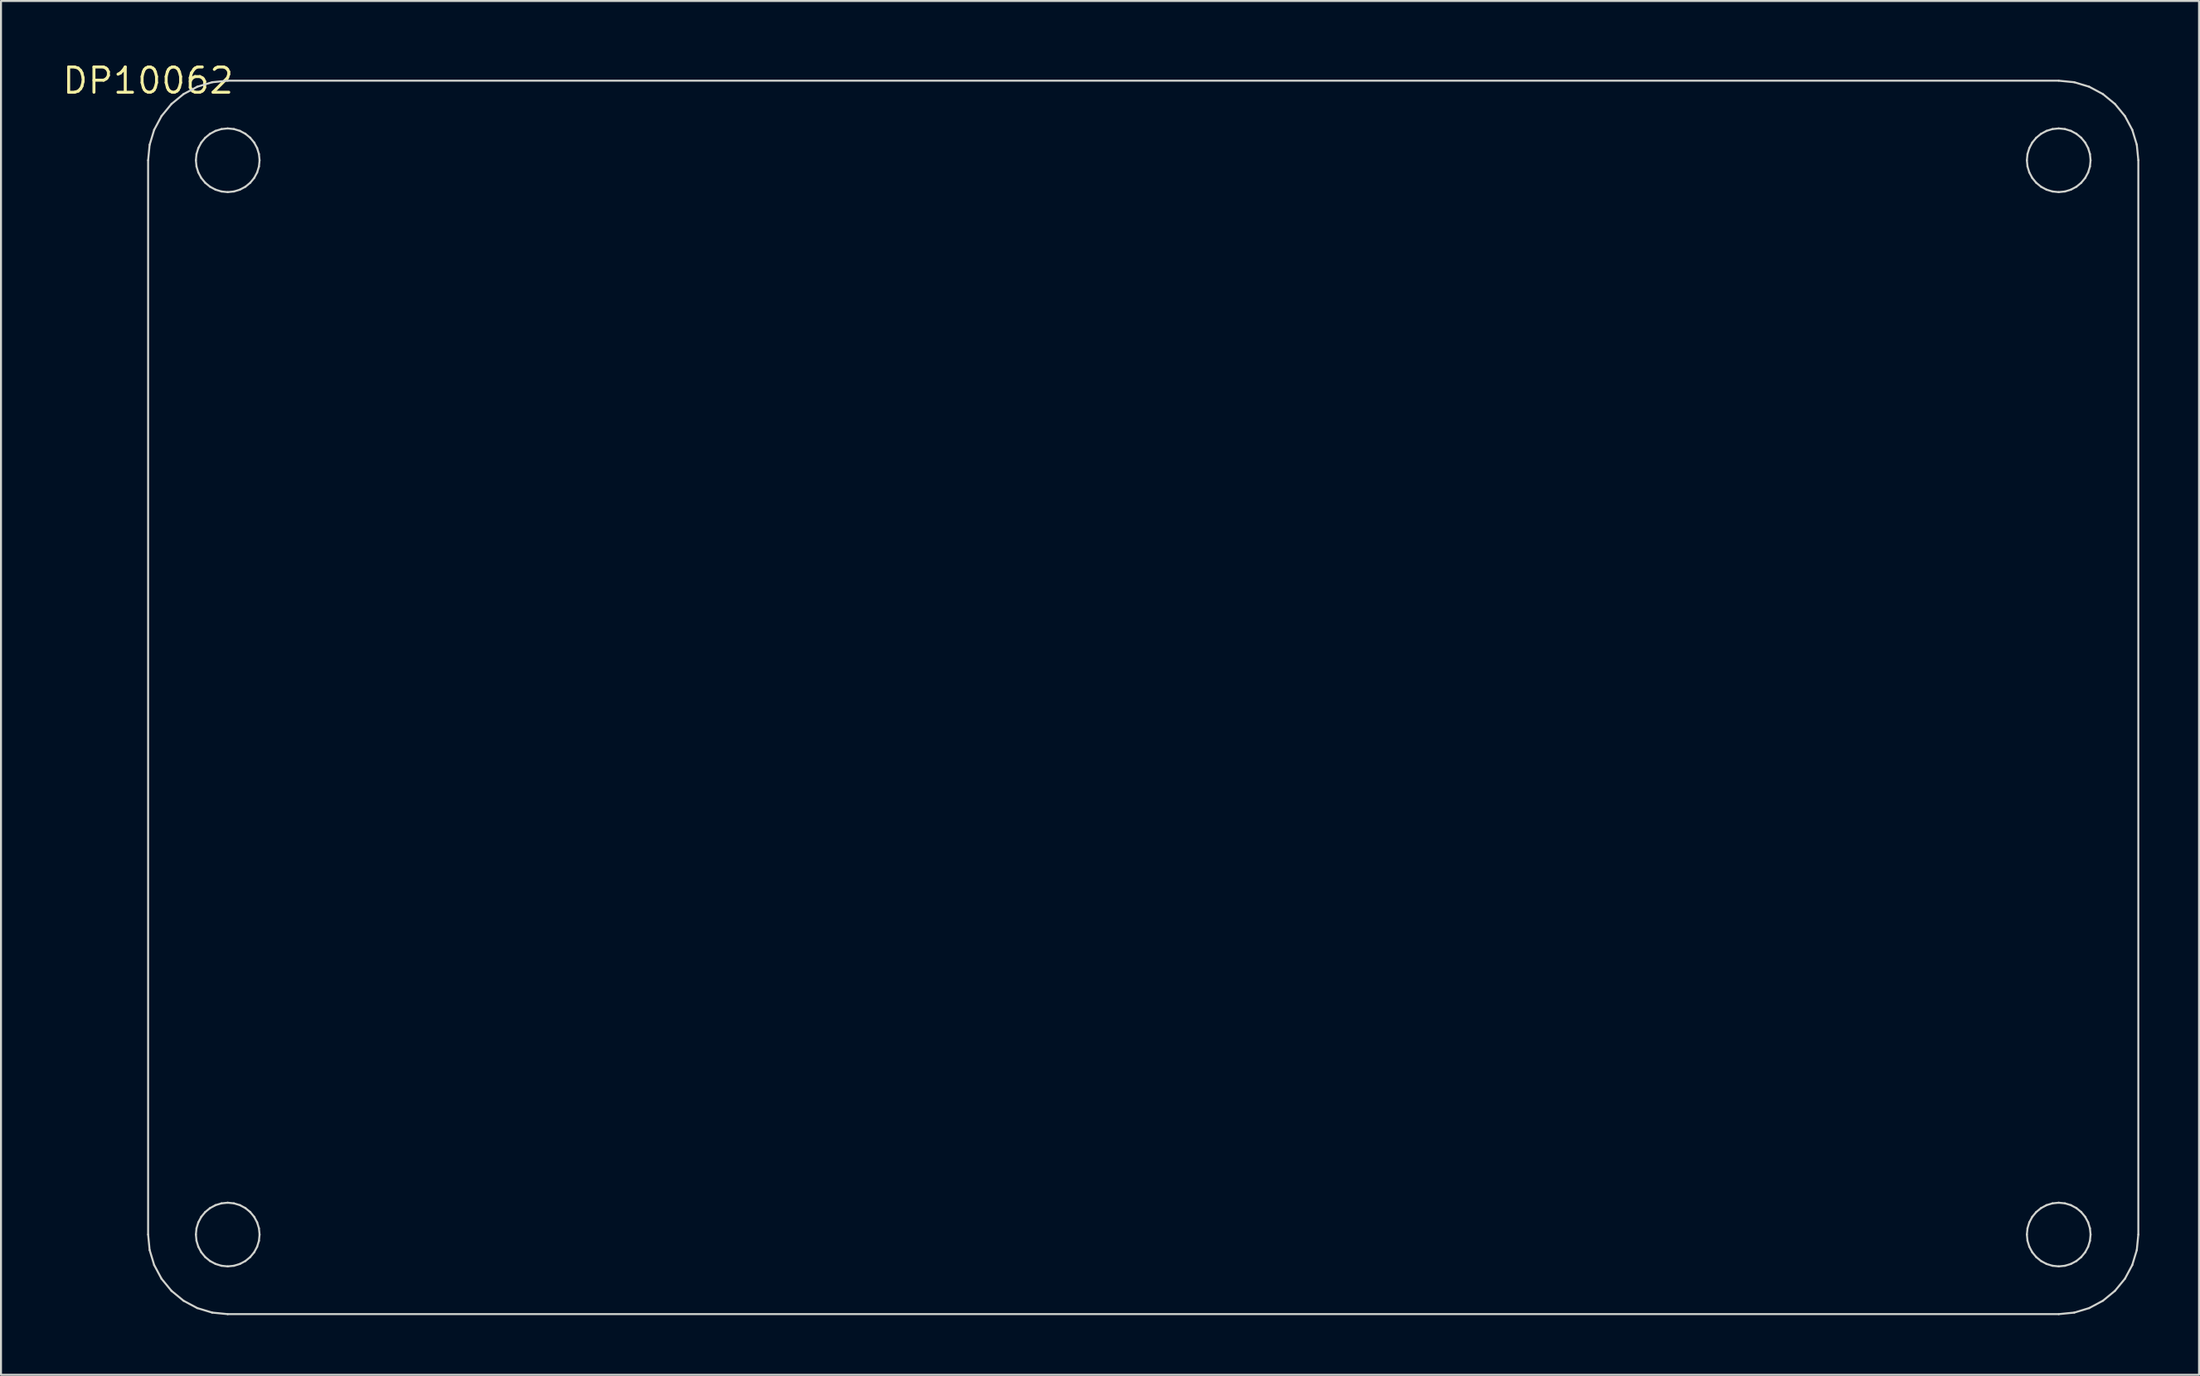
<source format=kicad_pcb>
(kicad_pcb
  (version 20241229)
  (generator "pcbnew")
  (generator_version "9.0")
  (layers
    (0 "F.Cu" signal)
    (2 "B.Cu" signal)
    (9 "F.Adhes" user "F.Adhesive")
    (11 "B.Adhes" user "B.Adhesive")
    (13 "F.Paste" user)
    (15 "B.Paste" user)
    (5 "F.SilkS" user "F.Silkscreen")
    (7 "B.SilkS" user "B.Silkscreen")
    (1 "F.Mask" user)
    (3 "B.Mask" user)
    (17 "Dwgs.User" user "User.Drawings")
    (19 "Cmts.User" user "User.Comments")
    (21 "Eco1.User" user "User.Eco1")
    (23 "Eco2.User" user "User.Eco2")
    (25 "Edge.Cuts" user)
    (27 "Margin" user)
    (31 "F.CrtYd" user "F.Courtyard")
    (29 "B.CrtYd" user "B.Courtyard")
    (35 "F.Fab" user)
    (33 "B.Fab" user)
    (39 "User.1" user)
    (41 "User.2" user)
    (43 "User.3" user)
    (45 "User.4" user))
  (footprint "DP10062"
    (layer "F.Cu")
    (at 4.392 1.006)
    (property "Reference" "DP10062" (at 0 0 0) (layer "F.SilkS") (effects (font (size 1.27 1.27) (thickness 0.15))))
    (attr through_hole)
    (fp_line (start 0 4) (end 0.077 3.22) (stroke (width 0.1) (type solid)) (layer "Edge.Cuts"))
    (fp_line (start 0 58) (end 0 4) (stroke (width 0.1) (type solid)) (layer "Edge.Cuts"))
    (fp_line (start 0.077 3.22) (end 0.304 2.469) (stroke (width 0.1) (type solid)) (layer "Edge.Cuts"))
    (fp_line (start 0.077 58.78) (end 0 58) (stroke (width 0.1) (type solid)) (layer "Edge.Cuts"))
    (fp_line (start 0.304 2.469) (end 0.674 1.778) (stroke (width 0.1) (type solid)) (layer "Edge.Cuts"))
    (fp_line (start 0.304 59.531) (end 0.077 58.78) (stroke (width 0.1) (type solid)) (layer "Edge.Cuts"))
    (fp_line (start 0.674 1.778) (end 1.172 1.172) (stroke (width 0.1) (type solid)) (layer "Edge.Cuts"))
    (fp_line (start 0.674 60.222) (end 0.304 59.531) (stroke (width 0.1) (type solid)) (layer "Edge.Cuts"))
    (fp_line (start 1.172 1.172) (end 1.778 0.674) (stroke (width 0.1) (type solid)) (layer "Edge.Cuts"))
    (fp_line (start 1.172 60.828) (end 0.674 60.222) (stroke (width 0.1) (type solid)) (layer "Edge.Cuts"))
    (fp_line (start 1.778 0.674) (end 2.469 0.304) (stroke (width 0.1) (type solid)) (layer "Edge.Cuts"))
    (fp_line (start 1.778 61.326) (end 1.172 60.828) (stroke (width 0.1) (type solid)) (layer "Edge.Cuts"))
    (fp_line (start 2.4 4) (end 2.431 4.312) (stroke (width 0.1) (type solid)) (layer "Edge.Cuts"))
    (fp_line (start 2.4 58) (end 2.431 58.312) (stroke (width 0.1) (type solid)) (layer "Edge.Cuts"))
    (fp_line (start 2.431 3.688) (end 2.4 4) (stroke (width 0.1) (type solid)) (layer "Edge.Cuts"))
    (fp_line (start 2.431 4.312) (end 2.522 4.612) (stroke (width 0.1) (type solid)) (layer "Edge.Cuts"))
    (fp_line (start 2.431 57.688) (end 2.4 58) (stroke (width 0.1) (type solid)) (layer "Edge.Cuts"))
    (fp_line (start 2.431 58.312) (end 2.522 58.612) (stroke (width 0.1) (type solid)) (layer "Edge.Cuts"))
    (fp_line (start 2.469 0.304) (end 3.22 0.077) (stroke (width 0.1) (type solid)) (layer "Edge.Cuts"))
    (fp_line (start 2.469 61.696) (end 1.778 61.326) (stroke (width 0.1) (type solid)) (layer "Edge.Cuts"))
    (fp_line (start 2.522 3.388) (end 2.431 3.688) (stroke (width 0.1) (type solid)) (layer "Edge.Cuts"))
    (fp_line (start 2.522 4.612) (end 2.67 4.889) (stroke (width 0.1) (type solid)) (layer "Edge.Cuts"))
    (fp_line (start 2.522 57.388) (end 2.431 57.688) (stroke (width 0.1) (type solid)) (layer "Edge.Cuts"))
    (fp_line (start 2.522 58.612) (end 2.67 58.889) (stroke (width 0.1) (type solid)) (layer "Edge.Cuts"))
    (fp_line (start 2.67 3.111) (end 2.522 3.388) (stroke (width 0.1) (type solid)) (layer "Edge.Cuts"))
    (fp_line (start 2.67 4.889) (end 2.869 5.131) (stroke (width 0.1) (type solid)) (layer "Edge.Cuts"))
    (fp_line (start 2.67 57.111) (end 2.522 57.388) (stroke (width 0.1) (type solid)) (layer "Edge.Cuts"))
    (fp_line (start 2.67 58.889) (end 2.869 59.131) (stroke (width 0.1) (type solid)) (layer "Edge.Cuts"))
    (fp_line (start 2.869 2.869) (end 2.67 3.111) (stroke (width 0.1) (type solid)) (layer "Edge.Cuts"))
    (fp_line (start 2.869 5.131) (end 3.111 5.33) (stroke (width 0.1) (type solid)) (layer "Edge.Cuts"))
    (fp_line (start 2.869 56.869) (end 2.67 57.111) (stroke (width 0.1) (type solid)) (layer "Edge.Cuts"))
    (fp_line (start 2.869 59.131) (end 3.111 59.33) (stroke (width 0.1) (type solid)) (layer "Edge.Cuts"))
    (fp_line (start 3.111 2.67) (end 2.869 2.869) (stroke (width 0.1) (type solid)) (layer "Edge.Cuts"))
    (fp_line (start 3.111 5.33) (end 3.388 5.478) (stroke (width 0.1) (type solid)) (layer "Edge.Cuts"))
    (fp_line (start 3.111 56.67) (end 2.869 56.869) (stroke (width 0.1) (type solid)) (layer "Edge.Cuts"))
    (fp_line (start 3.111 59.33) (end 3.388 59.478) (stroke (width 0.1) (type solid)) (layer "Edge.Cuts"))
    (fp_line (start 3.22 0.077) (end 4 0) (stroke (width 0.1) (type solid)) (layer "Edge.Cuts"))
    (fp_line (start 3.22 61.923) (end 2.469 61.696) (stroke (width 0.1) (type solid)) (layer "Edge.Cuts"))
    (fp_line (start 3.388 2.522) (end 3.111 2.67) (stroke (width 0.1) (type solid)) (layer "Edge.Cuts"))
    (fp_line (start 3.388 5.478) (end 3.688 5.569) (stroke (width 0.1) (type solid)) (layer "Edge.Cuts"))
    (fp_line (start 3.388 56.522) (end 3.111 56.67) (stroke (width 0.1) (type solid)) (layer "Edge.Cuts"))
    (fp_line (start 3.388 59.478) (end 3.688 59.569) (stroke (width 0.1) (type solid)) (layer "Edge.Cuts"))
    (fp_line (start 3.688 2.431) (end 3.388 2.522) (stroke (width 0.1) (type solid)) (layer "Edge.Cuts"))
    (fp_line (start 3.688 5.569) (end 4 5.6) (stroke (width 0.1) (type solid)) (layer "Edge.Cuts"))
    (fp_line (start 3.688 56.431) (end 3.388 56.522) (stroke (width 0.1) (type solid)) (layer "Edge.Cuts"))
    (fp_line (start 3.688 59.569) (end 4 59.6) (stroke (width 0.1) (type solid)) (layer "Edge.Cuts"))
    (fp_line (start 4 0) (end 96 0) (stroke (width 0.1) (type solid)) (layer "Edge.Cuts"))
    (fp_line (start 4 2.4) (end 3.688 2.431) (stroke (width 0.1) (type solid)) (layer "Edge.Cuts"))
    (fp_line (start 4 56.4) (end 3.688 56.431) (stroke (width 0.1) (type solid)) (layer "Edge.Cuts"))
    (fp_line (start 4 5.6) (end 4.312 5.569) (stroke (width 0.1) (type solid)) (layer "Edge.Cuts"))
    (fp_line (start 4 59.6) (end 4.312 59.569) (stroke (width 0.1) (type solid)) (layer "Edge.Cuts"))
    (fp_line (start 4 62) (end 3.22 61.923) (stroke (width 0.1) (type solid)) (layer "Edge.Cuts"))
    (fp_line (start 4.312 2.431) (end 4 2.4) (stroke (width 0.1) (type solid)) (layer "Edge.Cuts"))
    (fp_line (start 4.312 5.569) (end 4.612 5.478) (stroke (width 0.1) (type solid)) (layer "Edge.Cuts"))
    (fp_line (start 4.312 56.431) (end 4 56.4) (stroke (width 0.1) (type solid)) (layer "Edge.Cuts"))
    (fp_line (start 4.312 59.569) (end 4.612 59.478) (stroke (width 0.1) (type solid)) (layer "Edge.Cuts"))
    (fp_line (start 4.612 2.522) (end 4.312 2.431) (stroke (width 0.1) (type solid)) (layer "Edge.Cuts"))
    (fp_line (start 4.612 5.478) (end 4.889 5.33) (stroke (width 0.1) (type solid)) (layer "Edge.Cuts"))
    (fp_line (start 4.612 56.522) (end 4.312 56.431) (stroke (width 0.1) (type solid)) (layer "Edge.Cuts"))
    (fp_line (start 4.612 59.478) (end 4.889 59.33) (stroke (width 0.1) (type solid)) (layer "Edge.Cuts"))
    (fp_line (start 4.889 2.67) (end 4.612 2.522) (stroke (width 0.1) (type solid)) (layer "Edge.Cuts"))
    (fp_line (start 4.889 5.33) (end 5.131 5.131) (stroke (width 0.1) (type solid)) (layer "Edge.Cuts"))
    (fp_line (start 4.889 56.67) (end 4.612 56.522) (stroke (width 0.1) (type solid)) (layer "Edge.Cuts"))
    (fp_line (start 4.889 59.33) (end 5.131 59.131) (stroke (width 0.1) (type solid)) (layer "Edge.Cuts"))
    (fp_line (start 5.131 2.869) (end 4.889 2.67) (stroke (width 0.1) (type solid)) (layer "Edge.Cuts"))
    (fp_line (start 5.131 5.131) (end 5.33 4.889) (stroke (width 0.1) (type solid)) (layer "Edge.Cuts"))
    (fp_line (start 5.131 56.869) (end 4.889 56.67) (stroke (width 0.1) (type solid)) (layer "Edge.Cuts"))
    (fp_line (start 5.131 59.131) (end 5.33 58.889) (stroke (width 0.1) (type solid)) (layer "Edge.Cuts"))
    (fp_line (start 5.33 3.111) (end 5.131 2.869) (stroke (width 0.1) (type solid)) (layer "Edge.Cuts"))
    (fp_line (start 5.33 4.889) (end 5.478 4.612) (stroke (width 0.1) (type solid)) (layer "Edge.Cuts"))
    (fp_line (start 5.33 57.111) (end 5.131 56.869) (stroke (width 0.1) (type solid)) (layer "Edge.Cuts"))
    (fp_line (start 5.33 58.889) (end 5.478 58.612) (stroke (width 0.1) (type solid)) (layer "Edge.Cuts"))
    (fp_line (start 5.478 3.388) (end 5.33 3.111) (stroke (width 0.1) (type solid)) (layer "Edge.Cuts"))
    (fp_line (start 5.478 4.612) (end 5.569 4.312) (stroke (width 0.1) (type solid)) (layer "Edge.Cuts"))
    (fp_line (start 5.478 57.388) (end 5.33 57.111) (stroke (width 0.1) (type solid)) (layer "Edge.Cuts"))
    (fp_line (start 5.478 58.612) (end 5.569 58.312) (stroke (width 0.1) (type solid)) (layer "Edge.Cuts"))
    (fp_line (start 5.569 3.688) (end 5.478 3.388) (stroke (width 0.1) (type solid)) (layer "Edge.Cuts"))
    (fp_line (start 5.569 4.312) (end 5.6 4) (stroke (width 0.1) (type solid)) (layer "Edge.Cuts"))
    (fp_line (start 5.569 57.688) (end 5.478 57.388) (stroke (width 0.1) (type solid)) (layer "Edge.Cuts"))
    (fp_line (start 5.569 58.312) (end 5.6 58) (stroke (width 0.1) (type solid)) (layer "Edge.Cuts"))
    (fp_line (start 5.6 4) (end 5.569 3.688) (stroke (width 0.1) (type solid)) (layer "Edge.Cuts"))
    (fp_line (start 5.6 58) (end 5.569 57.688) (stroke (width 0.1) (type solid)) (layer "Edge.Cuts"))
    (fp_line (start 94.4 4) (end 94.431 4.312) (stroke (width 0.1) (type solid)) (layer "Edge.Cuts"))
    (fp_line (start 94.4 58) (end 94.431 58.312) (stroke (width 0.1) (type solid)) (layer "Edge.Cuts"))
    (fp_line (start 94.431 3.688) (end 94.4 4) (stroke (width 0.1) (type solid)) (layer "Edge.Cuts"))
    (fp_line (start 94.431 4.312) (end 94.522 4.612) (stroke (width 0.1) (type solid)) (layer "Edge.Cuts"))
    (fp_line (start 94.431 57.688) (end 94.4 58) (stroke (width 0.1) (type solid)) (layer "Edge.Cuts"))
    (fp_line (start 94.431 58.312) (end 94.522 58.612) (stroke (width 0.1) (type solid)) (layer "Edge.Cuts"))
    (fp_line (start 94.522 3.388) (end 94.431 3.688) (stroke (width 0.1) (type solid)) (layer "Edge.Cuts"))
    (fp_line (start 94.522 4.612) (end 94.67 4.889) (stroke (width 0.1) (type solid)) (layer "Edge.Cuts"))
    (fp_line (start 94.522 57.388) (end 94.431 57.688) (stroke (width 0.1) (type solid)) (layer "Edge.Cuts"))
    (fp_line (start 94.522 58.612) (end 94.67 58.889) (stroke (width 0.1) (type solid)) (layer "Edge.Cuts"))
    (fp_line (start 94.67 3.111) (end 94.522 3.388) (stroke (width 0.1) (type solid)) (layer "Edge.Cuts"))
    (fp_line (start 94.67 4.889) (end 94.869 5.131) (stroke (width 0.1) (type solid)) (layer "Edge.Cuts"))
    (fp_line (start 94.67 57.111) (end 94.522 57.388) (stroke (width 0.1) (type solid)) (layer "Edge.Cuts"))
    (fp_line (start 94.67 58.889) (end 94.869 59.131) (stroke (width 0.1) (type solid)) (layer "Edge.Cuts"))
    (fp_line (start 94.869 2.869) (end 94.67 3.111) (stroke (width 0.1) (type solid)) (layer "Edge.Cuts"))
    (fp_line (start 94.869 5.131) (end 95.111 5.33) (stroke (width 0.1) (type solid)) (layer "Edge.Cuts"))
    (fp_line (start 94.869 56.869) (end 94.67 57.111) (stroke (width 0.1) (type solid)) (layer "Edge.Cuts"))
    (fp_line (start 94.869 59.131) (end 95.111 59.33) (stroke (width 0.1) (type solid)) (layer "Edge.Cuts"))
    (fp_line (start 95.111 2.67) (end 94.869 2.869) (stroke (width 0.1) (type solid)) (layer "Edge.Cuts"))
    (fp_line (start 95.111 5.33) (end 95.388 5.478) (stroke (width 0.1) (type solid)) (layer "Edge.Cuts"))
    (fp_line (start 95.111 56.67) (end 94.869 56.869) (stroke (width 0.1) (type solid)) (layer "Edge.Cuts"))
    (fp_line (start 95.111 59.33) (end 95.388 59.478) (stroke (width 0.1) (type solid)) (layer "Edge.Cuts"))
    (fp_line (start 95.388 2.522) (end 95.111 2.67) (stroke (width 0.1) (type solid)) (layer "Edge.Cuts"))
    (fp_line (start 95.388 5.478) (end 95.688 5.569) (stroke (width 0.1) (type solid)) (layer "Edge.Cuts"))
    (fp_line (start 95.388 56.522) (end 95.111 56.67) (stroke (width 0.1) (type solid)) (layer "Edge.Cuts"))
    (fp_line (start 95.388 59.478) (end 95.688 59.569) (stroke (width 0.1) (type solid)) (layer "Edge.Cuts"))
    (fp_line (start 95.688 2.431) (end 95.388 2.522) (stroke (width 0.1) (type solid)) (layer "Edge.Cuts"))
    (fp_line (start 95.688 5.569) (end 96 5.6) (stroke (width 0.1) (type solid)) (layer "Edge.Cuts"))
    (fp_line (start 95.688 56.431) (end 95.388 56.522) (stroke (width 0.1) (type solid)) (layer "Edge.Cuts"))
    (fp_line (start 95.688 59.569) (end 96 59.6) (stroke (width 0.1) (type solid)) (layer "Edge.Cuts"))
    (fp_line (start 96 0) (end 96.78 0.077) (stroke (width 0.1) (type solid)) (layer "Edge.Cuts"))
    (fp_line (start 96 2.4) (end 95.688 2.431) (stroke (width 0.1) (type solid)) (layer "Edge.Cuts"))
    (fp_line (start 96 5.6) (end 96.312 5.569) (stroke (width 0.1) (type solid)) (layer "Edge.Cuts"))
    (fp_line (start 96 56.4) (end 95.688 56.431) (stroke (width 0.1) (type solid)) (layer "Edge.Cuts"))
    (fp_line (start 96 59.6) (end 96.312 59.569) (stroke (width 0.1) (type solid)) (layer "Edge.Cuts"))
    (fp_line (start 96 62) (end 4 62) (stroke (width 0.1) (type solid)) (layer "Edge.Cuts"))
    (fp_line (start 96.312 2.431) (end 96 2.4) (stroke (width 0.1) (type solid)) (layer "Edge.Cuts"))
    (fp_line (start 96.312 5.569) (end 96.612 5.478) (stroke (width 0.1) (type solid)) (layer "Edge.Cuts"))
    (fp_line (start 96.312 56.431) (end 96 56.4) (stroke (width 0.1) (type solid)) (layer "Edge.Cuts"))
    (fp_line (start 96.312 59.569) (end 96.612 59.478) (stroke (width 0.1) (type solid)) (layer "Edge.Cuts"))
    (fp_line (start 96.612 2.522) (end 96.312 2.431) (stroke (width 0.1) (type solid)) (layer "Edge.Cuts"))
    (fp_line (start 96.612 5.478) (end 96.889 5.33) (stroke (width 0.1) (type solid)) (layer "Edge.Cuts"))
    (fp_line (start 96.612 56.522) (end 96.312 56.431) (stroke (width 0.1) (type solid)) (layer "Edge.Cuts"))
    (fp_line (start 96.612 59.478) (end 96.889 59.33) (stroke (width 0.1) (type solid)) (layer "Edge.Cuts"))
    (fp_line (start 96.78 0.077) (end 97.531 0.304) (stroke (width 0.1) (type solid)) (layer "Edge.Cuts"))
    (fp_line (start 96.78 61.923) (end 96 62) (stroke (width 0.1) (type solid)) (layer "Edge.Cuts"))
    (fp_line (start 96.889 2.67) (end 96.612 2.522) (stroke (width 0.1) (type solid)) (layer "Edge.Cuts"))
    (fp_line (start 96.889 5.33) (end 97.131 5.131) (stroke (width 0.1) (type solid)) (layer "Edge.Cuts"))
    (fp_line (start 96.889 56.67) (end 96.612 56.522) (stroke (width 0.1) (type solid)) (layer "Edge.Cuts"))
    (fp_line (start 96.889 59.33) (end 97.131 59.131) (stroke (width 0.1) (type solid)) (layer "Edge.Cuts"))
    (fp_line (start 97.131 2.869) (end 96.889 2.67) (stroke (width 0.1) (type solid)) (layer "Edge.Cuts"))
    (fp_line (start 97.131 5.131) (end 97.33 4.889) (stroke (width 0.1) (type solid)) (layer "Edge.Cuts"))
    (fp_line (start 97.131 56.869) (end 96.889 56.67) (stroke (width 0.1) (type solid)) (layer "Edge.Cuts"))
    (fp_line (start 97.131 59.131) (end 97.33 58.889) (stroke (width 0.1) (type solid)) (layer "Edge.Cuts"))
    (fp_line (start 97.33 3.111) (end 97.131 2.869) (stroke (width 0.1) (type solid)) (layer "Edge.Cuts"))
    (fp_line (start 97.33 4.889) (end 97.478 4.612) (stroke (width 0.1) (type solid)) (layer "Edge.Cuts"))
    (fp_line (start 97.33 57.111) (end 97.131 56.869) (stroke (width 0.1) (type solid)) (layer "Edge.Cuts"))
    (fp_line (start 97.33 58.889) (end 97.478 58.612) (stroke (width 0.1) (type solid)) (layer "Edge.Cuts"))
    (fp_line (start 97.478 3.388) (end 97.33 3.111) (stroke (width 0.1) (type solid)) (layer "Edge.Cuts"))
    (fp_line (start 97.478 4.612) (end 97.569 4.312) (stroke (width 0.1) (type solid)) (layer "Edge.Cuts"))
    (fp_line (start 97.478 57.388) (end 97.33 57.111) (stroke (width 0.1) (type solid)) (layer "Edge.Cuts"))
    (fp_line (start 97.478 58.612) (end 97.569 58.312) (stroke (width 0.1) (type solid)) (layer "Edge.Cuts"))
    (fp_line (start 97.531 0.304) (end 98.222 0.674) (stroke (width 0.1) (type solid)) (layer "Edge.Cuts"))
    (fp_line (start 97.531 61.696) (end 96.78 61.923) (stroke (width 0.1) (type solid)) (layer "Edge.Cuts"))
    (fp_line (start 97.569 3.688) (end 97.478 3.388) (stroke (width 0.1) (type solid)) (layer "Edge.Cuts"))
    (fp_line (start 97.569 4.312) (end 97.6 4) (stroke (width 0.1) (type solid)) (layer "Edge.Cuts"))
    (fp_line (start 97.569 57.688) (end 97.478 57.388) (stroke (width 0.1) (type solid)) (layer "Edge.Cuts"))
    (fp_line (start 97.569 58.312) (end 97.6 58) (stroke (width 0.1) (type solid)) (layer "Edge.Cuts"))
    (fp_line (start 97.6 4) (end 97.569 3.688) (stroke (width 0.1) (type solid)) (layer "Edge.Cuts"))
    (fp_line (start 97.6 58) (end 97.569 57.688) (stroke (width 0.1) (type solid)) (layer "Edge.Cuts"))
    (fp_line (start 98.222 0.674) (end 98.828 1.172) (stroke (width 0.1) (type solid)) (layer "Edge.Cuts"))
    (fp_line (start 98.222 61.326) (end 97.531 61.696) (stroke (width 0.1) (type solid)) (layer "Edge.Cuts"))
    (fp_line (start 98.828 1.172) (end 99.326 1.778) (stroke (width 0.1) (type solid)) (layer "Edge.Cuts"))
    (fp_line (start 98.828 60.828) (end 98.222 61.326) (stroke (width 0.1) (type solid)) (layer "Edge.Cuts"))
    (fp_line (start 99.326 1.778) (end 99.695 2.469) (stroke (width 0.1) (type solid)) (layer "Edge.Cuts"))
    (fp_line (start 99.326 60.222) (end 98.828 60.828) (stroke (width 0.1) (type solid)) (layer "Edge.Cuts"))
    (fp_line (start 99.695 2.469) (end 99.923 3.22) (stroke (width 0.1) (type solid)) (layer "Edge.Cuts"))
    (fp_line (start 99.695 59.531) (end 99.326 60.222) (stroke (width 0.1) (type solid)) (layer "Edge.Cuts"))
    (fp_line (start 99.923 3.22) (end 100 4) (stroke (width 0.1) (type solid)) (layer "Edge.Cuts"))
    (fp_line (start 99.923 58.78) (end 99.695 59.531) (stroke (width 0.1) (type solid)) (layer "Edge.Cuts"))
    (fp_line (start 100 4) (end 100 58) (stroke (width 0.1) (type solid)) (layer "Edge.Cuts"))
    (fp_line (start 100 58) (end 99.923 58.78) (stroke (width 0.1) (type solid)) (layer "Edge.Cuts")))
  (gr_rect
    (start -3 -3)
    (end 107.442 66.056)
    (stroke (width 0.1) (type default))
    (fill no)
    (layer "Edge.Cuts")))
</source>
